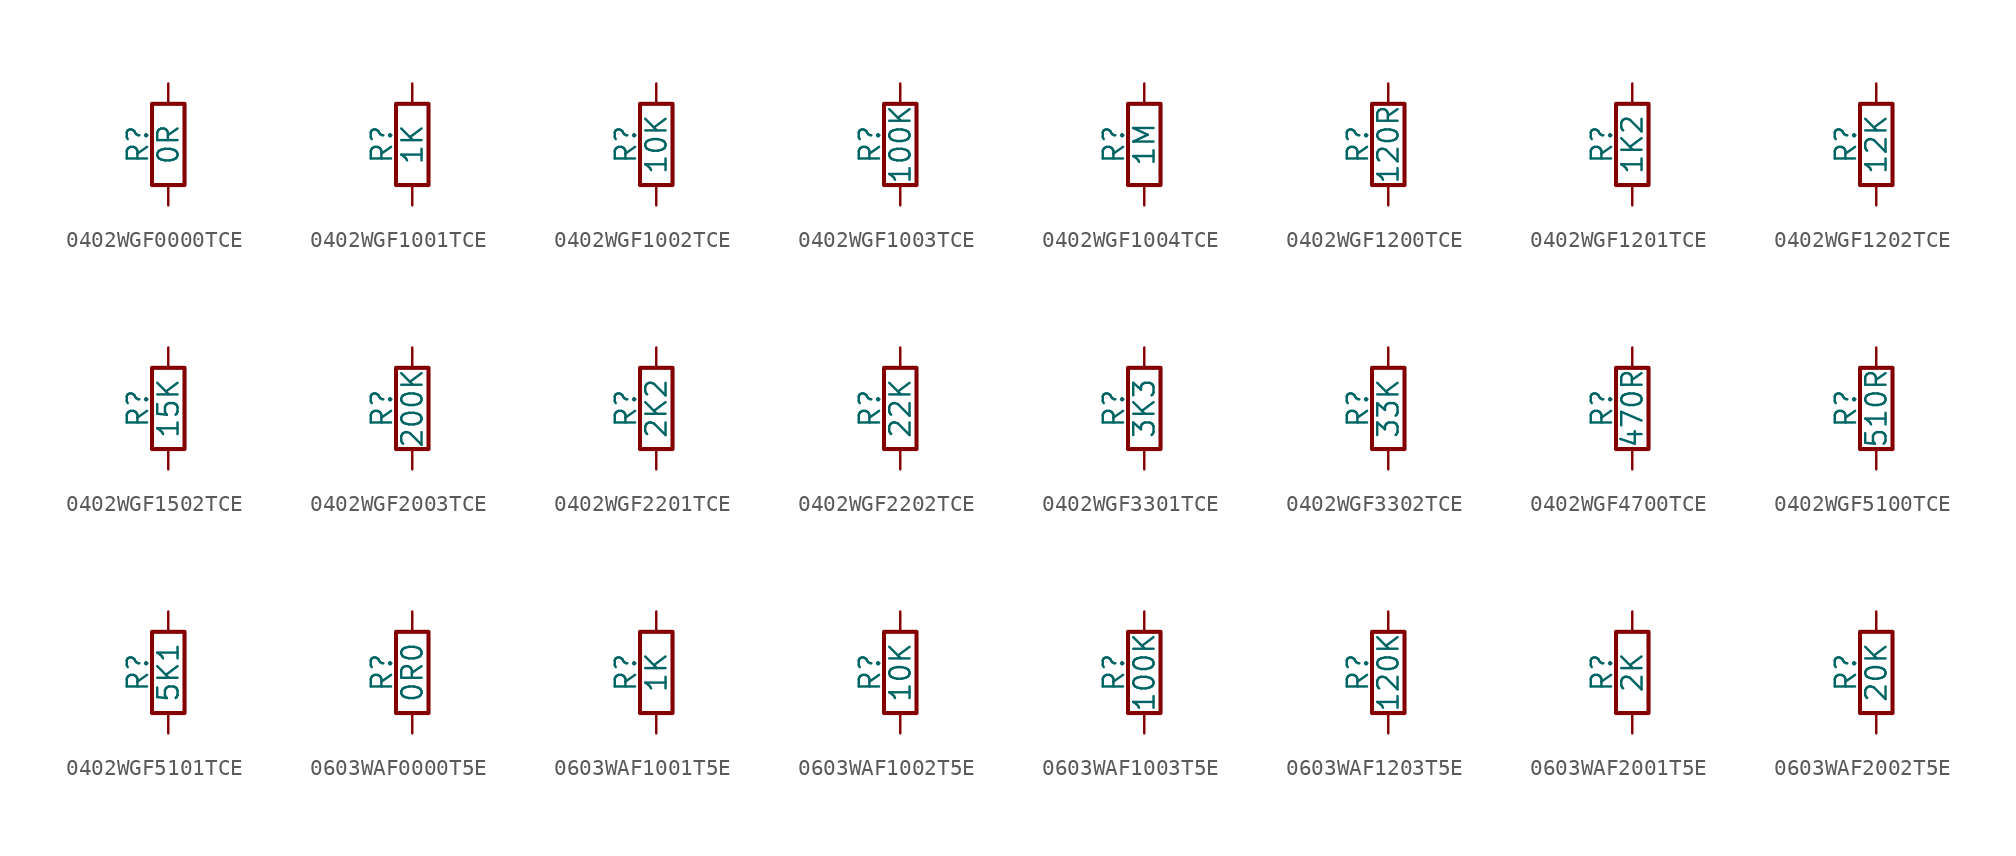
<source format=kicad_sym>
(kicad_symbol_lib
  (version 20211014)
  (generator conandllu_kicad_symbol_generator_20230404_23:29:43)
  (symbol "0402WGF0000TCE"
    (pin_numbers hide)
    (pin_names
      (offset 0))
    (property "Reference" "R"
      (at -1.905 0 90)
      (effects (font (size 1.27 1.27))))
    (property "Value" "0R"
      (at 0 0 90)
      (effects (font (size 1.27 1.27))))
    (symbol "0402WGF0000TCE_0_1"
      (rectangle (start -1.016 -2.54) (end 1.016 2.54) (stroke (width 0.254) (type default) (color 0 0 0 0)) (fill (type none))))
    (symbol "0402WGF0000TCE_1_1"
      (pin passive line (at 0 3.81 270) (length 1.27) (name "~" (effects (font (size 1.27 1.27)))) (number "1" (effects (font (size 1.27 1.27)))))
      (pin passive line (at 0 -3.81 90) (length 1.27) (name "~" (effects (font (size 1.27 1.27)))) (number "2" (effects (font (size 1.27 1.27)))))))
  (symbol "0402WGF1001TCE"
    (pin_numbers hide)
    (pin_names
      (offset 0))
    (property "Reference" "R"
      (at -1.905 0 90)
      (effects (font (size 1.27 1.27))))
    (property "Value" "1K"
      (at 0 0 90)
      (effects (font (size 1.27 1.27))))
    (symbol "0402WGF1001TCE_0_1"
      (rectangle (start -1.016 -2.54) (end 1.016 2.54) (stroke (width 0.254) (type default) (color 0 0 0 0)) (fill (type none))))
    (symbol "0402WGF1001TCE_1_1"
      (pin passive line (at 0 3.81 270) (length 1.27) (name "~" (effects (font (size 1.27 1.27)))) (number "1" (effects (font (size 1.27 1.27)))))
      (pin passive line (at 0 -3.81 90) (length 1.27) (name "~" (effects (font (size 1.27 1.27)))) (number "2" (effects (font (size 1.27 1.27)))))))
  (symbol "0402WGF1002TCE"
    (pin_numbers hide)
    (pin_names
      (offset 0))
    (property "Reference" "R"
      (at -1.905 0 90)
      (effects (font (size 1.27 1.27))))
    (property "Value" "10K"
      (at 0 0 90)
      (effects (font (size 1.27 1.27))))
    (symbol "0402WGF1002TCE_0_1"
      (rectangle (start -1.016 -2.54) (end 1.016 2.54) (stroke (width 0.254) (type default) (color 0 0 0 0)) (fill (type none))))
    (symbol "0402WGF1002TCE_1_1"
      (pin passive line (at 0 3.81 270) (length 1.27) (name "~" (effects (font (size 1.27 1.27)))) (number "1" (effects (font (size 1.27 1.27)))))
      (pin passive line (at 0 -3.81 90) (length 1.27) (name "~" (effects (font (size 1.27 1.27)))) (number "2" (effects (font (size 1.27 1.27)))))))
  (symbol "0402WGF1003TCE"
    (pin_numbers hide)
    (pin_names
      (offset 0))
    (property "Reference" "R"
      (at -1.905 0 90)
      (effects (font (size 1.27 1.27))))
    (property "Value" "100K"
      (at 0 0 90)
      (effects (font (size 1.27 1.27))))
    (symbol "0402WGF1003TCE_0_1"
      (rectangle (start -1.016 -2.54) (end 1.016 2.54) (stroke (width 0.254) (type default) (color 0 0 0 0)) (fill (type none))))
    (symbol "0402WGF1003TCE_1_1"
      (pin passive line (at 0 3.81 270) (length 1.27) (name "~" (effects (font (size 1.27 1.27)))) (number "1" (effects (font (size 1.27 1.27)))))
      (pin passive line (at 0 -3.81 90) (length 1.27) (name "~" (effects (font (size 1.27 1.27)))) (number "2" (effects (font (size 1.27 1.27)))))))
  (symbol "0402WGF1004TCE"
    (pin_numbers hide)
    (pin_names
      (offset 0))
    (property "Reference" "R"
      (at -1.905 0 90)
      (effects (font (size 1.27 1.27))))
    (property "Value" "1M"
      (at 0 0 90)
      (effects (font (size 1.27 1.27))))
    (symbol "0402WGF1004TCE_0_1"
      (rectangle (start -1.016 -2.54) (end 1.016 2.54) (stroke (width 0.254) (type default) (color 0 0 0 0)) (fill (type none))))
    (symbol "0402WGF1004TCE_1_1"
      (pin passive line (at 0 3.81 270) (length 1.27) (name "~" (effects (font (size 1.27 1.27)))) (number "1" (effects (font (size 1.27 1.27)))))
      (pin passive line (at 0 -3.81 90) (length 1.27) (name "~" (effects (font (size 1.27 1.27)))) (number "2" (effects (font (size 1.27 1.27)))))))
  (symbol "0402WGF1200TCE"
    (pin_numbers hide)
    (pin_names
      (offset 0))
    (property "Reference" "R"
      (at -1.905 0 90)
      (effects (font (size 1.27 1.27))))
    (property "Value" "120R"
      (at 0 0 90)
      (effects (font (size 1.27 1.27))))
    (symbol "0402WGF1200TCE_0_1"
      (rectangle (start -1.016 -2.54) (end 1.016 2.54) (stroke (width 0.254) (type default) (color 0 0 0 0)) (fill (type none))))
    (symbol "0402WGF1200TCE_1_1"
      (pin passive line (at 0 3.81 270) (length 1.27) (name "~" (effects (font (size 1.27 1.27)))) (number "1" (effects (font (size 1.27 1.27)))))
      (pin passive line (at 0 -3.81 90) (length 1.27) (name "~" (effects (font (size 1.27 1.27)))) (number "2" (effects (font (size 1.27 1.27)))))))
  (symbol "0402WGF1201TCE"
    (pin_numbers hide)
    (pin_names
      (offset 0))
    (property "Reference" "R"
      (at -1.905 0 90)
      (effects (font (size 1.27 1.27))))
    (property "Value" "1K2"
      (at 0 0 90)
      (effects (font (size 1.27 1.27))))
    (symbol "0402WGF1201TCE_0_1"
      (rectangle (start -1.016 -2.54) (end 1.016 2.54) (stroke (width 0.254) (type default) (color 0 0 0 0)) (fill (type none))))
    (symbol "0402WGF1201TCE_1_1"
      (pin passive line (at 0 3.81 270) (length 1.27) (name "~" (effects (font (size 1.27 1.27)))) (number "1" (effects (font (size 1.27 1.27)))))
      (pin passive line (at 0 -3.81 90) (length 1.27) (name "~" (effects (font (size 1.27 1.27)))) (number "2" (effects (font (size 1.27 1.27)))))))
  (symbol "0402WGF1202TCE"
    (pin_numbers hide)
    (pin_names
      (offset 0))
    (property "Reference" "R"
      (at -1.905 0 90)
      (effects (font (size 1.27 1.27))))
    (property "Value" "12K"
      (at 0 0 90)
      (effects (font (size 1.27 1.27))))
    (symbol "0402WGF1202TCE_0_1"
      (rectangle (start -1.016 -2.54) (end 1.016 2.54) (stroke (width 0.254) (type default) (color 0 0 0 0)) (fill (type none))))
    (symbol "0402WGF1202TCE_1_1"
      (pin passive line (at 0 3.81 270) (length 1.27) (name "~" (effects (font (size 1.27 1.27)))) (number "1" (effects (font (size 1.27 1.27)))))
      (pin passive line (at 0 -3.81 90) (length 1.27) (name "~" (effects (font (size 1.27 1.27)))) (number "2" (effects (font (size 1.27 1.27)))))))
  (symbol "0402WGF1502TCE"
    (pin_numbers hide)
    (pin_names
      (offset 0))
    (property "Reference" "R"
      (at -1.905 0 90)
      (effects (font (size 1.27 1.27))))
    (property "Value" "15K"
      (at 0 0 90)
      (effects (font (size 1.27 1.27))))
    (symbol "0402WGF1502TCE_0_1"
      (rectangle (start -1.016 -2.54) (end 1.016 2.54) (stroke (width 0.254) (type default) (color 0 0 0 0)) (fill (type none))))
    (symbol "0402WGF1502TCE_1_1"
      (pin passive line (at 0 3.81 270) (length 1.27) (name "~" (effects (font (size 1.27 1.27)))) (number "1" (effects (font (size 1.27 1.27)))))
      (pin passive line (at 0 -3.81 90) (length 1.27) (name "~" (effects (font (size 1.27 1.27)))) (number "2" (effects (font (size 1.27 1.27)))))))
  (symbol "0402WGF2003TCE"
    (pin_numbers hide)
    (pin_names
      (offset 0))
    (property "Reference" "R"
      (at -1.905 0 90)
      (effects (font (size 1.27 1.27))))
    (property "Value" "200K"
      (at 0 0 90)
      (effects (font (size 1.27 1.27))))
    (symbol "0402WGF2003TCE_0_1"
      (rectangle (start -1.016 -2.54) (end 1.016 2.54) (stroke (width 0.254) (type default) (color 0 0 0 0)) (fill (type none))))
    (symbol "0402WGF2003TCE_1_1"
      (pin passive line (at 0 3.81 270) (length 1.27) (name "~" (effects (font (size 1.27 1.27)))) (number "1" (effects (font (size 1.27 1.27)))))
      (pin passive line (at 0 -3.81 90) (length 1.27) (name "~" (effects (font (size 1.27 1.27)))) (number "2" (effects (font (size 1.27 1.27)))))))
  (symbol "0402WGF2201TCE"
    (pin_numbers hide)
    (pin_names
      (offset 0))
    (property "Reference" "R"
      (at -1.905 0 90)
      (effects (font (size 1.27 1.27))))
    (property "Value" "2K2"
      (at 0 0 90)
      (effects (font (size 1.27 1.27))))
    (symbol "0402WGF2201TCE_0_1"
      (rectangle (start -1.016 -2.54) (end 1.016 2.54) (stroke (width 0.254) (type default) (color 0 0 0 0)) (fill (type none))))
    (symbol "0402WGF2201TCE_1_1"
      (pin passive line (at 0 3.81 270) (length 1.27) (name "~" (effects (font (size 1.27 1.27)))) (number "1" (effects (font (size 1.27 1.27)))))
      (pin passive line (at 0 -3.81 90) (length 1.27) (name "~" (effects (font (size 1.27 1.27)))) (number "2" (effects (font (size 1.27 1.27)))))))
  (symbol "0402WGF2202TCE"
    (pin_numbers hide)
    (pin_names
      (offset 0))
    (property "Reference" "R"
      (at -1.905 0 90)
      (effects (font (size 1.27 1.27))))
    (property "Value" "22K"
      (at 0 0 90)
      (effects (font (size 1.27 1.27))))
    (symbol "0402WGF2202TCE_0_1"
      (rectangle (start -1.016 -2.54) (end 1.016 2.54) (stroke (width 0.254) (type default) (color 0 0 0 0)) (fill (type none))))
    (symbol "0402WGF2202TCE_1_1"
      (pin passive line (at 0 3.81 270) (length 1.27) (name "~" (effects (font (size 1.27 1.27)))) (number "1" (effects (font (size 1.27 1.27)))))
      (pin passive line (at 0 -3.81 90) (length 1.27) (name "~" (effects (font (size 1.27 1.27)))) (number "2" (effects (font (size 1.27 1.27)))))))
  (symbol "0402WGF3301TCE"
    (pin_numbers hide)
    (pin_names
      (offset 0))
    (property "Reference" "R"
      (at -1.905 0 90)
      (effects (font (size 1.27 1.27))))
    (property "Value" "3K3"
      (at 0 0 90)
      (effects (font (size 1.27 1.27))))
    (symbol "0402WGF3301TCE_0_1"
      (rectangle (start -1.016 -2.54) (end 1.016 2.54) (stroke (width 0.254) (type default) (color 0 0 0 0)) (fill (type none))))
    (symbol "0402WGF3301TCE_1_1"
      (pin passive line (at 0 3.81 270) (length 1.27) (name "~" (effects (font (size 1.27 1.27)))) (number "1" (effects (font (size 1.27 1.27)))))
      (pin passive line (at 0 -3.81 90) (length 1.27) (name "~" (effects (font (size 1.27 1.27)))) (number "2" (effects (font (size 1.27 1.27)))))))
  (symbol "0402WGF3302TCE"
    (pin_numbers hide)
    (pin_names
      (offset 0))
    (property "Reference" "R"
      (at -1.905 0 90)
      (effects (font (size 1.27 1.27))))
    (property "Value" "33K"
      (at 0 0 90)
      (effects (font (size 1.27 1.27))))
    (symbol "0402WGF3302TCE_0_1"
      (rectangle (start -1.016 -2.54) (end 1.016 2.54) (stroke (width 0.254) (type default) (color 0 0 0 0)) (fill (type none))))
    (symbol "0402WGF3302TCE_1_1"
      (pin passive line (at 0 3.81 270) (length 1.27) (name "~" (effects (font (size 1.27 1.27)))) (number "1" (effects (font (size 1.27 1.27)))))
      (pin passive line (at 0 -3.81 90) (length 1.27) (name "~" (effects (font (size 1.27 1.27)))) (number "2" (effects (font (size 1.27 1.27)))))))
  (symbol "0402WGF4700TCE"
    (pin_numbers hide)
    (pin_names
      (offset 0))
    (property "Reference" "R"
      (at -1.905 0 90)
      (effects (font (size 1.27 1.27))))
    (property "Value" "470R"
      (at 0 0 90)
      (effects (font (size 1.27 1.27))))
    (symbol "0402WGF4700TCE_0_1"
      (rectangle (start -1.016 -2.54) (end 1.016 2.54) (stroke (width 0.254) (type default) (color 0 0 0 0)) (fill (type none))))
    (symbol "0402WGF4700TCE_1_1"
      (pin passive line (at 0 3.81 270) (length 1.27) (name "~" (effects (font (size 1.27 1.27)))) (number "1" (effects (font (size 1.27 1.27)))))
      (pin passive line (at 0 -3.81 90) (length 1.27) (name "~" (effects (font (size 1.27 1.27)))) (number "2" (effects (font (size 1.27 1.27)))))))
  (symbol "0402WGF5100TCE"
    (pin_numbers hide)
    (pin_names
      (offset 0))
    (property "Reference" "R"
      (at -1.905 0 90)
      (effects (font (size 1.27 1.27))))
    (property "Value" "510R"
      (at 0 0 90)
      (effects (font (size 1.27 1.27))))
    (symbol "0402WGF5100TCE_0_1"
      (rectangle (start -1.016 -2.54) (end 1.016 2.54) (stroke (width 0.254) (type default) (color 0 0 0 0)) (fill (type none))))
    (symbol "0402WGF5100TCE_1_1"
      (pin passive line (at 0 3.81 270) (length 1.27) (name "~" (effects (font (size 1.27 1.27)))) (number "1" (effects (font (size 1.27 1.27)))))
      (pin passive line (at 0 -3.81 90) (length 1.27) (name "~" (effects (font (size 1.27 1.27)))) (number "2" (effects (font (size 1.27 1.27)))))))
  (symbol "0402WGF5101TCE"
    (pin_numbers hide)
    (pin_names
      (offset 0))
    (property "Reference" "R"
      (at -1.905 0 90)
      (effects (font (size 1.27 1.27))))
    (property "Value" "5K1"
      (at 0 0 90)
      (effects (font (size 1.27 1.27))))
    (symbol "0402WGF5101TCE_0_1"
      (rectangle (start -1.016 -2.54) (end 1.016 2.54) (stroke (width 0.254) (type default) (color 0 0 0 0)) (fill (type none))))
    (symbol "0402WGF5101TCE_1_1"
      (pin passive line (at 0 3.81 270) (length 1.27) (name "~" (effects (font (size 1.27 1.27)))) (number "1" (effects (font (size 1.27 1.27)))))
      (pin passive line (at 0 -3.81 90) (length 1.27) (name "~" (effects (font (size 1.27 1.27)))) (number "2" (effects (font (size 1.27 1.27)))))))
  (symbol "0603WAF0000T5E"
    (pin_numbers hide)
    (pin_names
      (offset 0))
    (property "Reference" "R"
      (at -1.905 0 90)
      (effects (font (size 1.27 1.27))))
    (property "Value" "0R0"
      (at 0 0 90)
      (effects (font (size 1.27 1.27))))
    (symbol "0603WAF0000T5E_0_1"
      (rectangle (start -1.016 -2.54) (end 1.016 2.54) (stroke (width 0.254) (type default) (color 0 0 0 0)) (fill (type none))))
    (symbol "0603WAF0000T5E_1_1"
      (pin passive line (at 0 3.81 270) (length 1.27) (name "~" (effects (font (size 1.27 1.27)))) (number "1" (effects (font (size 1.27 1.27)))))
      (pin passive line (at 0 -3.81 90) (length 1.27) (name "~" (effects (font (size 1.27 1.27)))) (number "2" (effects (font (size 1.27 1.27)))))))
  (symbol "0603WAF1001T5E"
    (pin_numbers hide)
    (pin_names
      (offset 0))
    (property "Reference" "R"
      (at -1.905 0 90)
      (effects (font (size 1.27 1.27))))
    (property "Value" "1K"
      (at 0 0 90)
      (effects (font (size 1.27 1.27))))
    (symbol "0603WAF1001T5E_0_1"
      (rectangle (start -1.016 -2.54) (end 1.016 2.54) (stroke (width 0.254) (type default) (color 0 0 0 0)) (fill (type none))))
    (symbol "0603WAF1001T5E_1_1"
      (pin passive line (at 0 3.81 270) (length 1.27) (name "~" (effects (font (size 1.27 1.27)))) (number "1" (effects (font (size 1.27 1.27)))))
      (pin passive line (at 0 -3.81 90) (length 1.27) (name "~" (effects (font (size 1.27 1.27)))) (number "2" (effects (font (size 1.27 1.27)))))))
  (symbol "0603WAF1002T5E"
    (pin_numbers hide)
    (pin_names
      (offset 0))
    (property "Reference" "R"
      (at -1.905 0 90)
      (effects (font (size 1.27 1.27))))
    (property "Value" "10K"
      (at 0 0 90)
      (effects (font (size 1.27 1.27))))
    (symbol "0603WAF1002T5E_0_1"
      (rectangle (start -1.016 -2.54) (end 1.016 2.54) (stroke (width 0.254) (type default) (color 0 0 0 0)) (fill (type none))))
    (symbol "0603WAF1002T5E_1_1"
      (pin passive line (at 0 3.81 270) (length 1.27) (name "~" (effects (font (size 1.27 1.27)))) (number "1" (effects (font (size 1.27 1.27)))))
      (pin passive line (at 0 -3.81 90) (length 1.27) (name "~" (effects (font (size 1.27 1.27)))) (number "2" (effects (font (size 1.27 1.27)))))))
  (symbol "0603WAF1003T5E"
    (pin_numbers hide)
    (pin_names
      (offset 0))
    (property "Reference" "R"
      (at -1.905 0 90)
      (effects (font (size 1.27 1.27))))
    (property "Value" "100K"
      (at 0 0 90)
      (effects (font (size 1.27 1.27))))
    (symbol "0603WAF1003T5E_0_1"
      (rectangle (start -1.016 -2.54) (end 1.016 2.54) (stroke (width 0.254) (type default) (color 0 0 0 0)) (fill (type none))))
    (symbol "0603WAF1003T5E_1_1"
      (pin passive line (at 0 3.81 270) (length 1.27) (name "~" (effects (font (size 1.27 1.27)))) (number "1" (effects (font (size 1.27 1.27)))))
      (pin passive line (at 0 -3.81 90) (length 1.27) (name "~" (effects (font (size 1.27 1.27)))) (number "2" (effects (font (size 1.27 1.27)))))))
  (symbol "0603WAF1203T5E"
    (pin_numbers hide)
    (pin_names
      (offset 0))
    (property "Reference" "R"
      (at -1.905 0 90)
      (effects (font (size 1.27 1.27))))
    (property "Value" "120K"
      (at 0 0 90)
      (effects (font (size 1.27 1.27))))
    (symbol "0603WAF1203T5E_0_1"
      (rectangle (start -1.016 -2.54) (end 1.016 2.54) (stroke (width 0.254) (type default) (color 0 0 0 0)) (fill (type none))))
    (symbol "0603WAF1203T5E_1_1"
      (pin passive line (at 0 3.81 270) (length 1.27) (name "~" (effects (font (size 1.27 1.27)))) (number "1" (effects (font (size 1.27 1.27)))))
      (pin passive line (at 0 -3.81 90) (length 1.27) (name "~" (effects (font (size 1.27 1.27)))) (number "2" (effects (font (size 1.27 1.27)))))))
  (symbol "0603WAF2001T5E"
    (pin_numbers hide)
    (pin_names
      (offset 0))
    (property "Reference" "R"
      (at -1.905 0 90)
      (effects (font (size 1.27 1.27))))
    (property "Value" "2K"
      (at 0 0 90)
      (effects (font (size 1.27 1.27))))
    (symbol "0603WAF2001T5E_0_1"
      (rectangle (start -1.016 -2.54) (end 1.016 2.54) (stroke (width 0.254) (type default) (color 0 0 0 0)) (fill (type none))))
    (symbol "0603WAF2001T5E_1_1"
      (pin passive line (at 0 3.81 270) (length 1.27) (name "~" (effects (font (size 1.27 1.27)))) (number "1" (effects (font (size 1.27 1.27)))))
      (pin passive line (at 0 -3.81 90) (length 1.27) (name "~" (effects (font (size 1.27 1.27)))) (number "2" (effects (font (size 1.27 1.27)))))))
  (symbol "0603WAF2002T5E"
    (pin_numbers hide)
    (pin_names
      (offset 0))
    (property "Reference" "R"
      (at -1.905 0 90)
      (effects (font (size 1.27 1.27))))
    (property "Value" "20K"
      (at 0 0 90)
      (effects (font (size 1.27 1.27))))
    (symbol "0603WAF2002T5E_0_1"
      (rectangle (start -1.016 -2.54) (end 1.016 2.54) (stroke (width 0.254) (type default) (color 0 0 0 0)) (fill (type none))))
    (symbol "0603WAF2002T5E_1_1"
      (pin passive line (at 0 3.81 270) (length 1.27) (name "~" (effects (font (size 1.27 1.27)))) (number "1" (effects (font (size 1.27 1.27)))))
      (pin passive line (at 0 -3.81 90) (length 1.27) (name "~" (effects (font (size 1.27 1.27)))) (number "2" (effects (font (size 1.27 1.27))))))))
</source>
